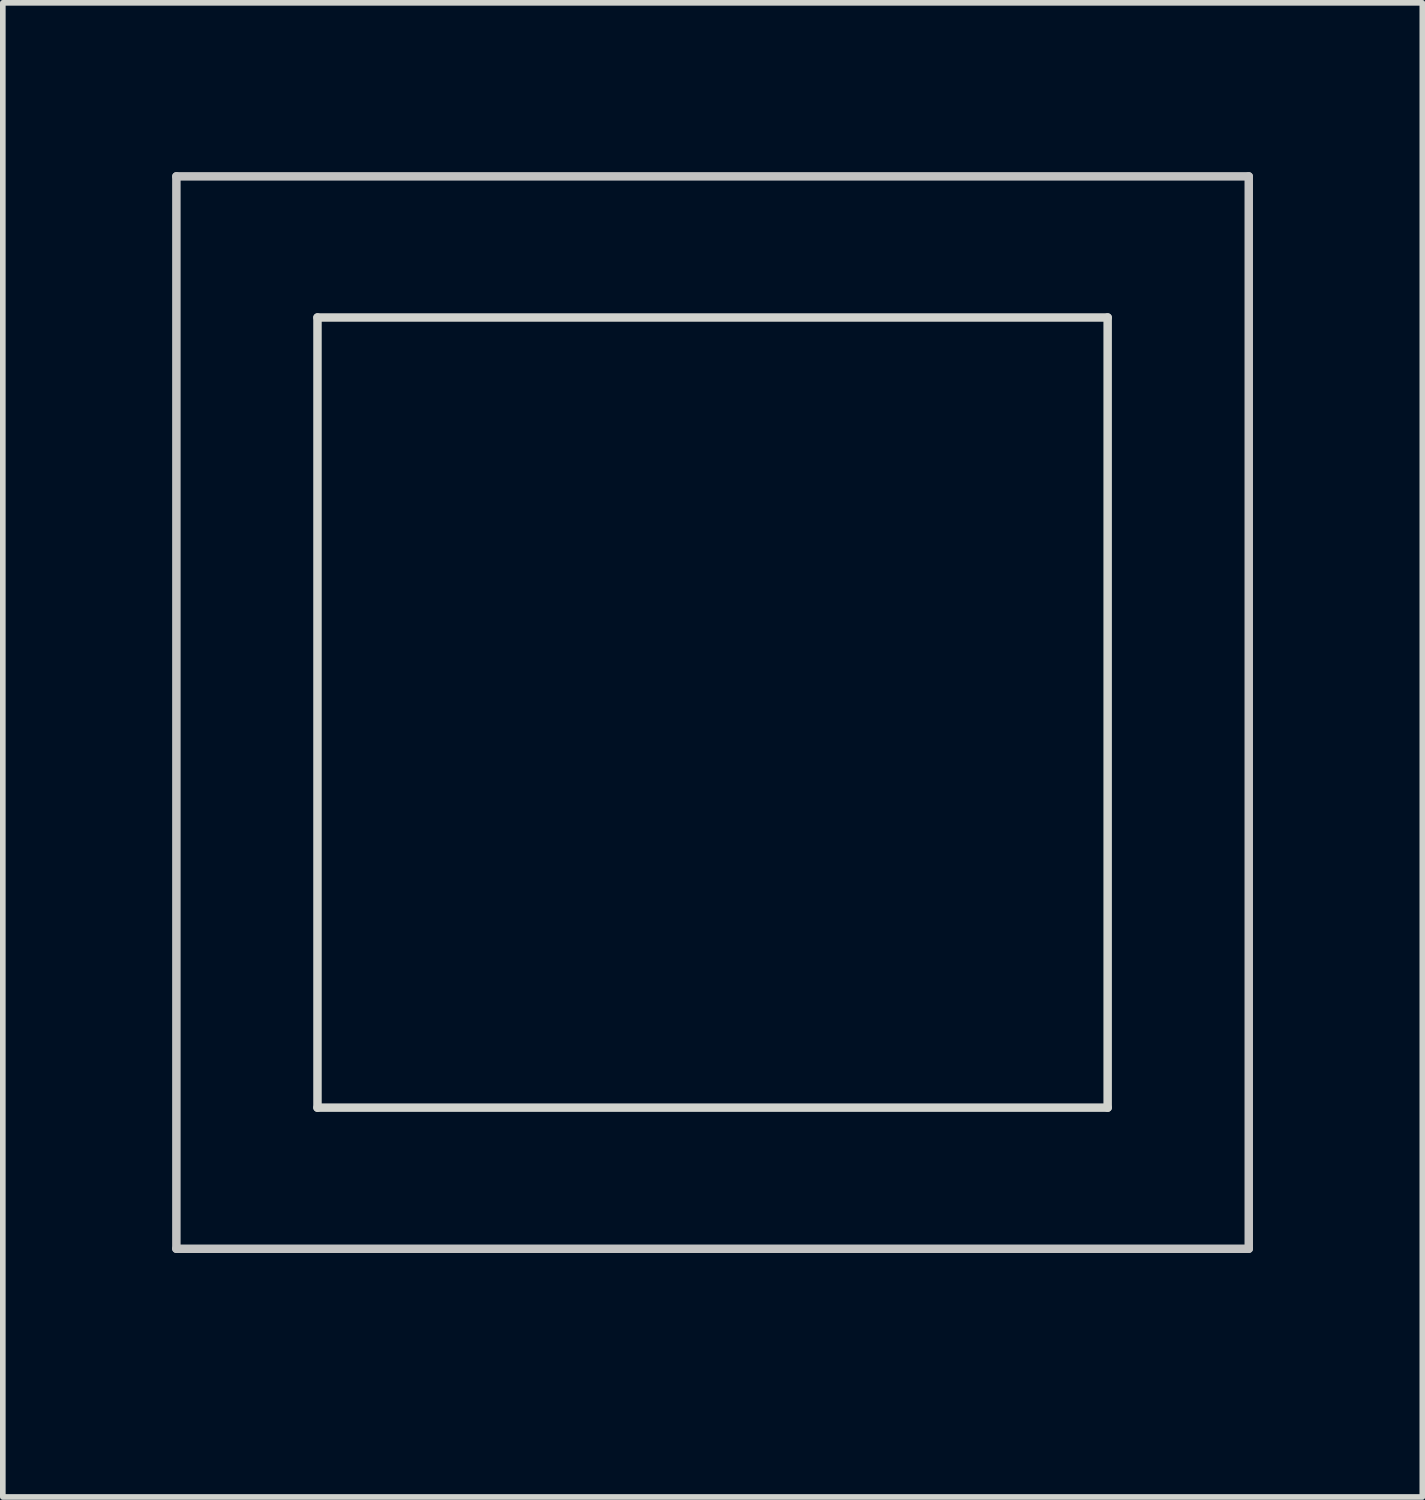
<source format=kicad_pcb>
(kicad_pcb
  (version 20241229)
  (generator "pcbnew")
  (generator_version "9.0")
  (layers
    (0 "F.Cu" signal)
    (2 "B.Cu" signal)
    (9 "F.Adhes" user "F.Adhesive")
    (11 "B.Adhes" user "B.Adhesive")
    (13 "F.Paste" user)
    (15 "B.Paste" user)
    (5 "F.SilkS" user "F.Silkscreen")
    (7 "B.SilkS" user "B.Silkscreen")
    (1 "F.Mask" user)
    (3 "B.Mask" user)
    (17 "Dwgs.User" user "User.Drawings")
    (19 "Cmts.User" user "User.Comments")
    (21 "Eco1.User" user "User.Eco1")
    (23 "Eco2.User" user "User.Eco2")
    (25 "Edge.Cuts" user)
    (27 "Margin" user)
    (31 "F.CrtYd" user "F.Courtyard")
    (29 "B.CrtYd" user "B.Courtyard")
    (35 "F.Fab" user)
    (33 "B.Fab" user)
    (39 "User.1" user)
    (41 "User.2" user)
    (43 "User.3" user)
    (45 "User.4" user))
  (footprint "MX-cutout"
    (layer "F.Cu")
    (at 9.575 9.575)
    (property "Reference" "MX-cutout" (at 0.25 10.05 0) (layer "Eco2.User") (effects (font (size 1 1) (thickness 0.15))))
    (attr through_hole)
    (fp_line (start -9.5 -9.5) (end 9.5 -9.5) (stroke (width 0.15) (type solid)) (layer "Dwgs.User"))
    (fp_line (start -9.5 9.5) (end -9.5 -9.5) (stroke (width 0.15) (type solid)) (layer "Dwgs.User"))
    (fp_line (start 9.5 -9.5) (end 9.5 9.5) (stroke (width 0.15) (type solid)) (layer "Dwgs.User"))
    (fp_line (start 9.5 9.5) (end -9.5 9.5) (stroke (width 0.15) (type solid)) (layer "Dwgs.User"))
    (fp_line (start -7 -7) (end -7 7) (stroke (width 0.15) (type solid)) (layer "Edge.Cuts"))
    (fp_line (start -7 7) (end 7 7) (stroke (width 0.15) (type solid)) (layer "Edge.Cuts"))
    (fp_line (start 7 -7) (end -7 -7) (stroke (width 0.15) (type solid)) (layer "Edge.Cuts"))
    (fp_line (start 7 7) (end 7 -7) (stroke (width 0.15) (type solid)) (layer "Edge.Cuts")))
  (gr_rect
    (start -3 -3)
    (end 22.15 23.473)
    (stroke (width 0.1) (type default))
    (fill no)
    (layer "Edge.Cuts")))
</source>
